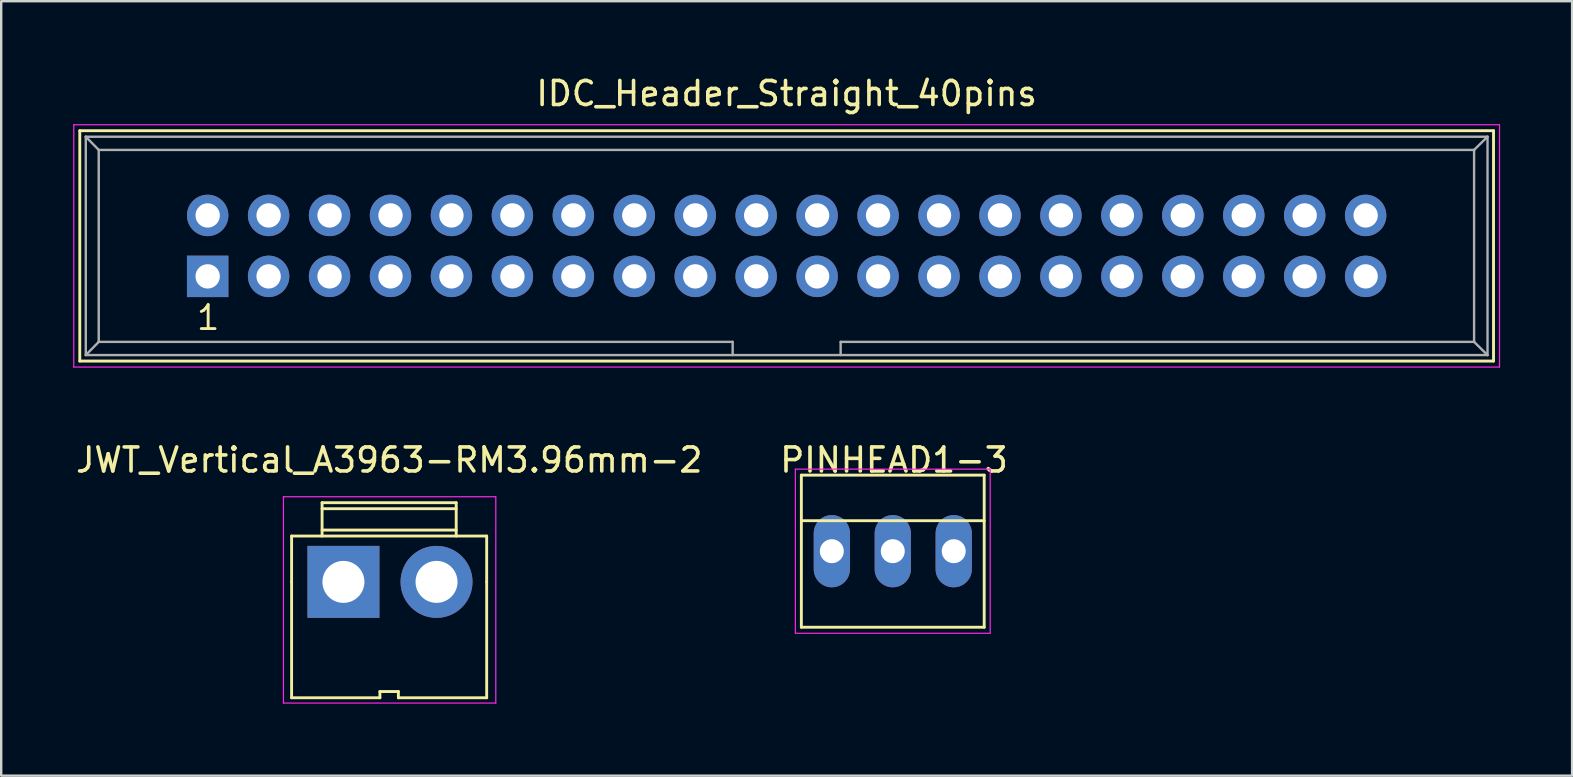
<source format=kicad_pcb>
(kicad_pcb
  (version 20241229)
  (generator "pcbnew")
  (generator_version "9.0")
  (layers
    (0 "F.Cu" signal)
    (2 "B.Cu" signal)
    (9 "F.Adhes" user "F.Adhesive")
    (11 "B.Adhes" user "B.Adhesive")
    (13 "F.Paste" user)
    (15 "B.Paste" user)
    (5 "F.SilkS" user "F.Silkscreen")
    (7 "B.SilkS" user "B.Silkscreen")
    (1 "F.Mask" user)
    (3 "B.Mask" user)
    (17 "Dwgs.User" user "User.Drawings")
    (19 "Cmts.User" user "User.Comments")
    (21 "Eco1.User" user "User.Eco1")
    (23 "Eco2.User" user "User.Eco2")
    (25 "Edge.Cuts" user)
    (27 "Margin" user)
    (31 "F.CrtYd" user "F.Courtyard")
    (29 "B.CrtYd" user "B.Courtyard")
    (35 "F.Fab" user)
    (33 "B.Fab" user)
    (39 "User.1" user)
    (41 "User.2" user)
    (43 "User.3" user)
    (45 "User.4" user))
  (footprint "IDC_Header_Straight_40pins"
    (layer "F.Cu")
    (at 5.605 8.468)
    (property "Reference" "IDC_Header_Straight_40pins" (at 24.13 -7.62 0) (layer "F.SilkS") (effects (font (size 1 1) (thickness 0.15))))
    (attr through_hole)
    (fp_line (start -5.33 -6.07) (end 53.59 -6.07) (stroke (width 0.12) (type solid)) (layer "F.SilkS"))
    (fp_line (start -5.33 3.53) (end -5.33 -6.07) (stroke (width 0.12) (type solid)) (layer "F.SilkS"))
    (fp_line (start 53.59 -6.07) (end 53.59 3.53) (stroke (width 0.12) (type solid)) (layer "F.SilkS"))
    (fp_line (start 53.59 3.53) (end -5.33 3.53) (stroke (width 0.12) (type solid)) (layer "F.SilkS"))
    (fp_line (start -5.58 -6.32) (end 53.84 -6.32) (stroke (width 0.05) (type solid)) (layer "F.CrtYd"))
    (fp_line (start -5.58 3.78) (end -5.58 -6.32) (stroke (width 0.05) (type solid)) (layer "F.CrtYd"))
    (fp_line (start 53.84 -6.32) (end 53.84 3.78) (stroke (width 0.05) (type solid)) (layer "F.CrtYd"))
    (fp_line (start 53.84 3.78) (end -5.58 3.78) (stroke (width 0.05) (type solid)) (layer "F.CrtYd"))
    (fp_line (start -5.08 -5.82) (end -5.08 3.28) (stroke (width 0.1) (type solid)) (layer "F.Fab"))
    (fp_line (start -5.08 -5.82) (end -4.54 -5.27) (stroke (width 0.1) (type solid)) (layer "F.Fab"))
    (fp_line (start -5.08 -5.82) (end 53.34 -5.82) (stroke (width 0.1) (type solid)) (layer "F.Fab"))
    (fp_line (start -5.08 3.28) (end -4.54 2.73) (stroke (width 0.1) (type solid)) (layer "F.Fab"))
    (fp_line (start -5.08 3.28) (end 53.34 3.28) (stroke (width 0.1) (type solid)) (layer "F.Fab"))
    (fp_line (start -4.54 -5.27) (end -4.54 2.73) (stroke (width 0.1) (type solid)) (layer "F.Fab"))
    (fp_line (start -4.54 -5.27) (end 52.78 -5.27) (stroke (width 0.1) (type solid)) (layer "F.Fab"))
    (fp_line (start -4.54 2.73) (end 21.88 2.73) (stroke (width 0.1) (type solid)) (layer "F.Fab"))
    (fp_line (start 21.88 2.73) (end 21.88 3.28) (stroke (width 0.1) (type solid)) (layer "F.Fab"))
    (fp_line (start 26.38 2.73) (end 26.38 3.28) (stroke (width 0.1) (type solid)) (layer "F.Fab"))
    (fp_line (start 26.38 2.73) (end 52.78 2.73) (stroke (width 0.1) (type solid)) (layer "F.Fab"))
    (fp_line (start 52.78 -5.27) (end 52.78 2.73) (stroke (width 0.1) (type solid)) (layer "F.Fab"))
    (fp_line (start 53.34 -5.82) (end 52.78 -5.27) (stroke (width 0.1) (type solid)) (layer "F.Fab"))
    (fp_line (start 53.34 -5.82) (end 53.34 3.28) (stroke (width 0.1) (type solid)) (layer "F.Fab"))
    (fp_line (start 53.34 3.28) (end 52.78 2.73) (stroke (width 0.1) (type solid)) (layer "F.Fab"))
    (fp_text user "1" (at 0.02 1.72 0) (layer "F.SilkS") (effects (font (size 1 1) (thickness 0.12))))
    (pad "1" thru_hole rect (at 0 0) (size 1.727 1.727) (drill 1.016) (layers "*.Cu" "*.Mask"))
    (pad "2" thru_hole oval (at 0 -2.54) (size 1.727 1.727) (drill 1.016) (layers "*.Cu" "*.Mask"))
    (pad "3" thru_hole oval (at 2.54 0) (size 1.727 1.727) (drill 1.016) (layers "*.Cu" "*.Mask"))
    (pad "4" thru_hole oval (at 2.54 -2.54) (size 1.727 1.727) (drill 1.016) (layers "*.Cu" "*.Mask"))
    (pad "5" thru_hole oval (at 5.08 0) (size 1.727 1.727) (drill 1.016) (layers "*.Cu" "*.Mask"))
    (pad "6" thru_hole oval (at 5.08 -2.54) (size 1.727 1.727) (drill 1.016) (layers "*.Cu" "*.Mask"))
    (pad "7" thru_hole oval (at 7.62 0) (size 1.727 1.727) (drill 1.016) (layers "*.Cu" "*.Mask"))
    (pad "8" thru_hole oval (at 7.62 -2.54) (size 1.727 1.727) (drill 1.016) (layers "*.Cu" "*.Mask"))
    (pad "9" thru_hole oval (at 10.16 0) (size 1.727 1.727) (drill 1.016) (layers "*.Cu" "*.Mask"))
    (pad "10" thru_hole oval (at 10.16 -2.54) (size 1.727 1.727) (drill 1.016) (layers "*.Cu" "*.Mask"))
    (pad "11" thru_hole oval (at 12.7 0) (size 1.727 1.727) (drill 1.016) (layers "*.Cu" "*.Mask"))
    (pad "12" thru_hole oval (at 12.7 -2.54) (size 1.727 1.727) (drill 1.016) (layers "*.Cu" "*.Mask"))
    (pad "13" thru_hole oval (at 15.24 0) (size 1.727 1.727) (drill 1.016) (layers "*.Cu" "*.Mask"))
    (pad "14" thru_hole oval (at 15.24 -2.54) (size 1.727 1.727) (drill 1.016) (layers "*.Cu" "*.Mask"))
    (pad "15" thru_hole oval (at 17.78 0) (size 1.727 1.727) (drill 1.016) (layers "*.Cu" "*.Mask"))
    (pad "16" thru_hole oval (at 17.78 -2.54) (size 1.727 1.727) (drill 1.016) (layers "*.Cu" "*.Mask"))
    (pad "17" thru_hole oval (at 20.32 0) (size 1.727 1.727) (drill 1.016) (layers "*.Cu" "*.Mask"))
    (pad "18" thru_hole oval (at 20.32 -2.54) (size 1.727 1.727) (drill 1.016) (layers "*.Cu" "*.Mask"))
    (pad "19" thru_hole oval (at 22.86 0) (size 1.727 1.727) (drill 1.016) (layers "*.Cu" "*.Mask"))
    (pad "20" thru_hole oval (at 22.86 -2.54) (size 1.727 1.727) (drill 1.016) (layers "*.Cu" "*.Mask"))
    (pad "21" thru_hole oval (at 25.4 0) (size 1.727 1.727) (drill 1.016) (layers "*.Cu" "*.Mask"))
    (pad "22" thru_hole oval (at 25.4 -2.54) (size 1.727 1.727) (drill 1.016) (layers "*.Cu" "*.Mask"))
    (pad "23" thru_hole oval (at 27.94 0) (size 1.727 1.727) (drill 1.016) (layers "*.Cu" "*.Mask"))
    (pad "24" thru_hole oval (at 27.94 -2.54) (size 1.727 1.727) (drill 1.016) (layers "*.Cu" "*.Mask"))
    (pad "25" thru_hole oval (at 30.48 0) (size 1.727 1.727) (drill 1.016) (layers "*.Cu" "*.Mask"))
    (pad "26" thru_hole oval (at 30.48 -2.54) (size 1.727 1.727) (drill 1.016) (layers "*.Cu" "*.Mask"))
    (pad "27" thru_hole oval (at 33.02 0) (size 1.727 1.727) (drill 1.016) (layers "*.Cu" "*.Mask"))
    (pad "28" thru_hole oval (at 33.02 -2.54) (size 1.727 1.727) (drill 1.016) (layers "*.Cu" "*.Mask"))
    (pad "29" thru_hole oval (at 35.56 0) (size 1.727 1.727) (drill 1.016) (layers "*.Cu" "*.Mask"))
    (pad "30" thru_hole oval (at 35.56 -2.54) (size 1.727 1.727) (drill 1.016) (layers "*.Cu" "*.Mask"))
    (pad "31" thru_hole oval (at 38.1 0) (size 1.727 1.727) (drill 1.016) (layers "*.Cu" "*.Mask"))
    (pad "32" thru_hole oval (at 38.1 -2.54) (size 1.727 1.727) (drill 1.016) (layers "*.Cu" "*.Mask"))
    (pad "33" thru_hole oval (at 40.64 0) (size 1.727 1.727) (drill 1.016) (layers "*.Cu" "*.Mask"))
    (pad "34" thru_hole oval (at 40.64 -2.54) (size 1.727 1.727) (drill 1.016) (layers "*.Cu" "*.Mask"))
    (pad "35" thru_hole oval (at 43.18 0) (size 1.727 1.727) (drill 1.016) (layers "*.Cu" "*.Mask"))
    (pad "36" thru_hole oval (at 43.18 -2.54) (size 1.727 1.727) (drill 1.016) (layers "*.Cu" "*.Mask"))
    (pad "37" thru_hole oval (at 45.72 0) (size 1.727 1.727) (drill 1.016) (layers "*.Cu" "*.Mask"))
    (pad "38" thru_hole oval (at 45.72 -2.54) (size 1.727 1.727) (drill 1.016) (layers "*.Cu" "*.Mask"))
    (pad "39" thru_hole oval (at 48.26 0) (size 1.727 1.727) (drill 1.016) (layers "*.Cu" "*.Mask"))
    (pad "40" thru_hole oval (at 48.26 -2.54) (size 1.727 1.727) (drill 1.016) (layers "*.Cu" "*.Mask")))
  (footprint "JWT_Vertical_A3963-RM3.96mm-2"
    (layer "F.Cu")
    (at 11.263 21.201)
    (property "Reference" "JWT_Vertical_A3963-RM3.96mm-2" (at 1.91 -5.08 0) (layer "F.SilkS") (effects (font (size 1 1) (thickness 0.15))))
    (attr through_hole)
    (fp_line (start -2.16 -1.91) (end -2.16 0) (stroke (width 0.12) (type solid)) (layer "F.SilkS"))
    (fp_line (start -2.16 -1.91) (end 5.97 -1.91) (stroke (width 0.12) (type solid)) (layer "F.SilkS"))
    (fp_line (start -2.16 0) (end -2.16 4.83) (stroke (width 0.12) (type solid)) (layer "F.SilkS"))
    (fp_line (start -0.89 -3.3) (end 4.7 -3.3) (stroke (width 0.12) (type solid)) (layer "F.SilkS"))
    (fp_line (start -0.89 -3.05) (end 4.7 -3.05) (stroke (width 0.12) (type solid)) (layer "F.SilkS"))
    (fp_line (start -0.89 -2.16) (end 4.7 -2.16) (stroke (width 0.12) (type solid)) (layer "F.SilkS"))
    (fp_line (start -0.89 -1.91) (end -0.89 -3.3) (stroke (width 0.12) (type solid)) (layer "F.SilkS"))
    (fp_line (start 1.52 4.57) (end 2.29 4.57) (stroke (width 0.12) (type solid)) (layer "F.SilkS"))
    (fp_line (start 1.52 4.83) (end -2.16 4.83) (stroke (width 0.12) (type solid)) (layer "F.SilkS"))
    (fp_line (start 1.52 4.83) (end 1.52 4.57) (stroke (width 0.12) (type solid)) (layer "F.SilkS"))
    (fp_line (start 2.29 4.57) (end 2.29 4.83) (stroke (width 0.12) (type solid)) (layer "F.SilkS"))
    (fp_line (start 2.29 4.83) (end 5.97 4.83) (stroke (width 0.12) (type solid)) (layer "F.SilkS"))
    (fp_line (start 4.7 -1.91) (end 4.7 -3.3) (stroke (width 0.12) (type solid)) (layer "F.SilkS"))
    (fp_line (start 5.97 -1.91) (end 5.97 0) (stroke (width 0.12) (type solid)) (layer "F.SilkS"))
    (fp_line (start 5.97 4.83) (end 5.97 0) (stroke (width 0.12) (type solid)) (layer "F.SilkS"))
    (fp_line (start -2.5 -3.55) (end 6.35 -3.55) (stroke (width 0.05) (type solid)) (layer "F.CrtYd"))
    (fp_line (start -2.5 5.05) (end -2.5 -3.55) (stroke (width 0.05) (type solid)) (layer "F.CrtYd"))
    (fp_line (start 6.35 -3.55) (end 6.35 5.05) (stroke (width 0.05) (type solid)) (layer "F.CrtYd"))
    (fp_line (start 6.35 5.05) (end -2.5 5.05) (stroke (width 0.05) (type solid)) (layer "F.CrtYd"))
    (pad "1" thru_hole rect (at 0 0) (size 3 3) (drill 1.75) (layers "*.Cu" "*.Mask"))
    (pad "2" thru_hole circle (at 3.88 0) (size 3 3) (drill 1.75) (layers "*.Cu" "*.Mask")))
  (footprint "PINHEAD1-3"
    (layer "F.Cu")
    (at 31.618 19.922)
    (property "Reference" "PINHEAD1-3" (at 2.59 -3.8 0) (layer "F.SilkS") (effects (font (size 1 1) (thickness 0.15))))
    (attr through_hole)
    (fp_line (start -1.27 -3.17) (end -1.27 3.17) (stroke (width 0.12) (type solid)) (layer "F.SilkS"))
    (fp_line (start -1.27 -3.17) (end 6.35 -3.17) (stroke (width 0.12) (type solid)) (layer "F.SilkS"))
    (fp_line (start 6.35 -3.17) (end 6.35 3.17) (stroke (width 0.12) (type solid)) (layer "F.SilkS"))
    (fp_line (start 6.35 -1.27) (end -1.27 -1.27) (stroke (width 0.12) (type solid)) (layer "F.SilkS"))
    (fp_line (start 6.35 3.17) (end -1.27 3.17) (stroke (width 0.12) (type solid)) (layer "F.SilkS"))
    (fp_line (start -1.52 -3.42) (end -1.52 3.42) (stroke (width 0.05) (type solid)) (layer "F.CrtYd"))
    (fp_line (start -1.52 -3.42) (end 6.6 -3.42) (stroke (width 0.05) (type solid)) (layer "F.CrtYd"))
    (fp_line (start 6.6 3.42) (end -1.52 3.42) (stroke (width 0.05) (type solid)) (layer "F.CrtYd"))
    (fp_line (start 6.6 3.42) (end 6.6 -3.42) (stroke (width 0.05) (type solid)) (layer "F.CrtYd"))
    (pad "1" thru_hole oval (at 0 0) (size 1.51 3.01) (drill 1) (layers "*.Cu" "*.Mask"))
    (pad "2" thru_hole oval (at 2.54 0) (size 1.51 3.01) (drill 1) (layers "*.Cu" "*.Mask"))
    (pad "3" thru_hole oval (at 5.08 0) (size 1.51 3.01) (drill 1) (layers "*.Cu" "*.Mask")))
  (gr_rect
    (start -3 -3)
    (end 62.47 29.276)
    (stroke (width 0.1) (type default))
    (fill no)
    (layer "Edge.Cuts")))
</source>
